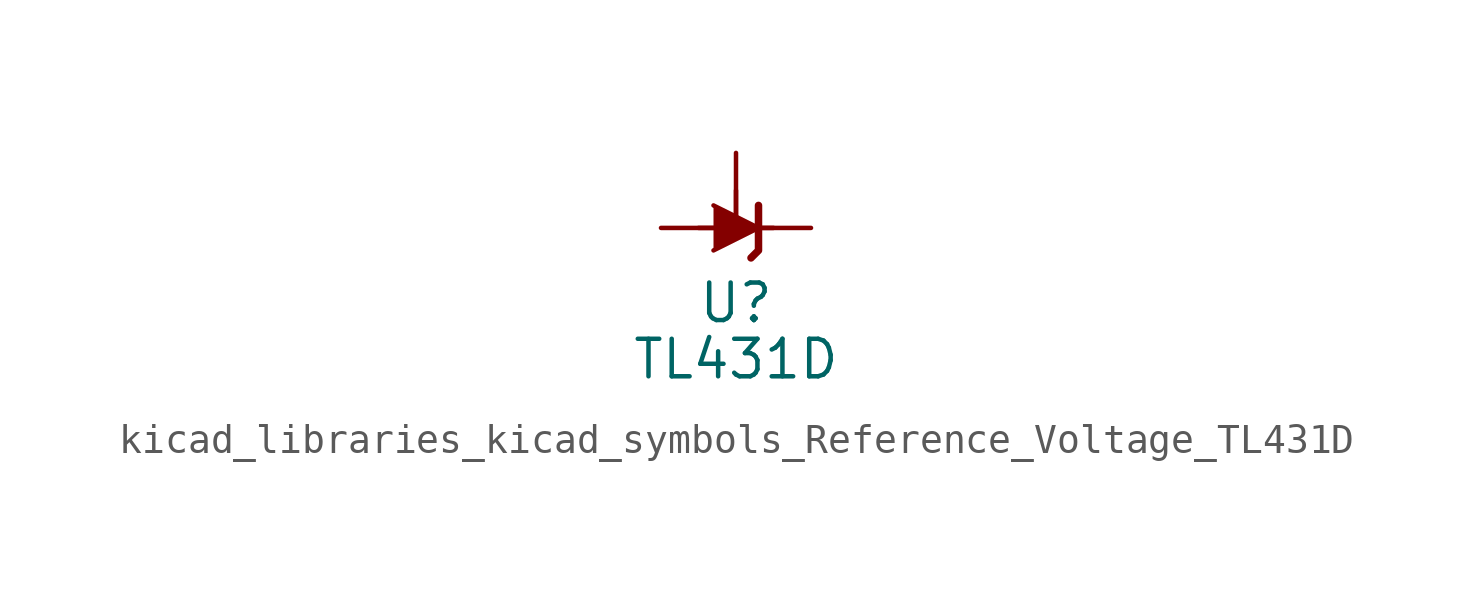
<source format=kicad_sym>
(kicad_symbol_lib
  (version 20220914)
  (generator kicad_symbol_editor)
  (symbol "kicad_libraries_kicad_symbols_Reference_Voltage_TL431D"
    (pin_numbers hide)
    (pin_names hide)
    (property "Reference" "U"
      (at 0 -2.54 0)
      (effects (font (size 1.27 1.27))))
    (property "Value" "TL431D"
      (at 0 -4.445 0)
      (effects (font (size 1.27 1.27))))
    (symbol "kicad_libraries_kicad_symbols_Reference_Voltage_TL431D_0_1"
      (polyline (pts (xy -1.27 0) (xy 0 0) (xy 1.27 0)) (stroke (width 0) (type default)) (fill (type none)))
      (polyline (pts (xy -0.762 0.762) (xy 0.762 0) (xy -0.762 -0.762)) (stroke (width 0) (type default)) (fill (type outline)))
      (polyline (pts (xy 0.508 -1.016) (xy 0.762 -0.762) (xy 0.762 0.762) (xy 0.762 0.762)) (stroke (width 0.254) (type default)) (fill (type none))))
    (symbol "kicad_libraries_kicad_symbols_Reference_Voltage_TL431D_1_1"
      (polyline (pts (xy 0 1.27) (xy 0 0)) (stroke (width 0) (type default)) (fill (type none)))
      (pin passive line (at 2.54 0 180) (length 2.54) (name "K" (effects (font (size 1.27 1.27)))) (number "1" (effects (font (size 1.27 1.27)))))
      (pin passive line (at -2.54 0 0) (length 2.54) (name "A" (effects (font (size 1.27 1.27)))) (number "2" (effects (font (size 1.27 1.27)))))
      (pin passive line (at -2.54 0 0) (length 2.54) hide (name "A" (effects (font (size 1.27 1.27)))) (number "3" (effects (font (size 1.27 1.27)))))
      (pin passive line (at -2.54 0 0) (length 2.54) hide (name "A" (effects (font (size 1.27 1.27)))) (number "6" (effects (font (size 1.27 1.27)))))
      (pin passive line (at -2.54 0 0) (length 2.54) hide (name "A" (effects (font (size 1.27 1.27)))) (number "7" (effects (font (size 1.27 1.27)))))
      (pin passive line (at 0 2.54 270) (length 2.54) (name "REF" (effects (font (size 1.27 1.27)))) (number "8" (effects (font (size 1.27 1.27))))))))
</source>
